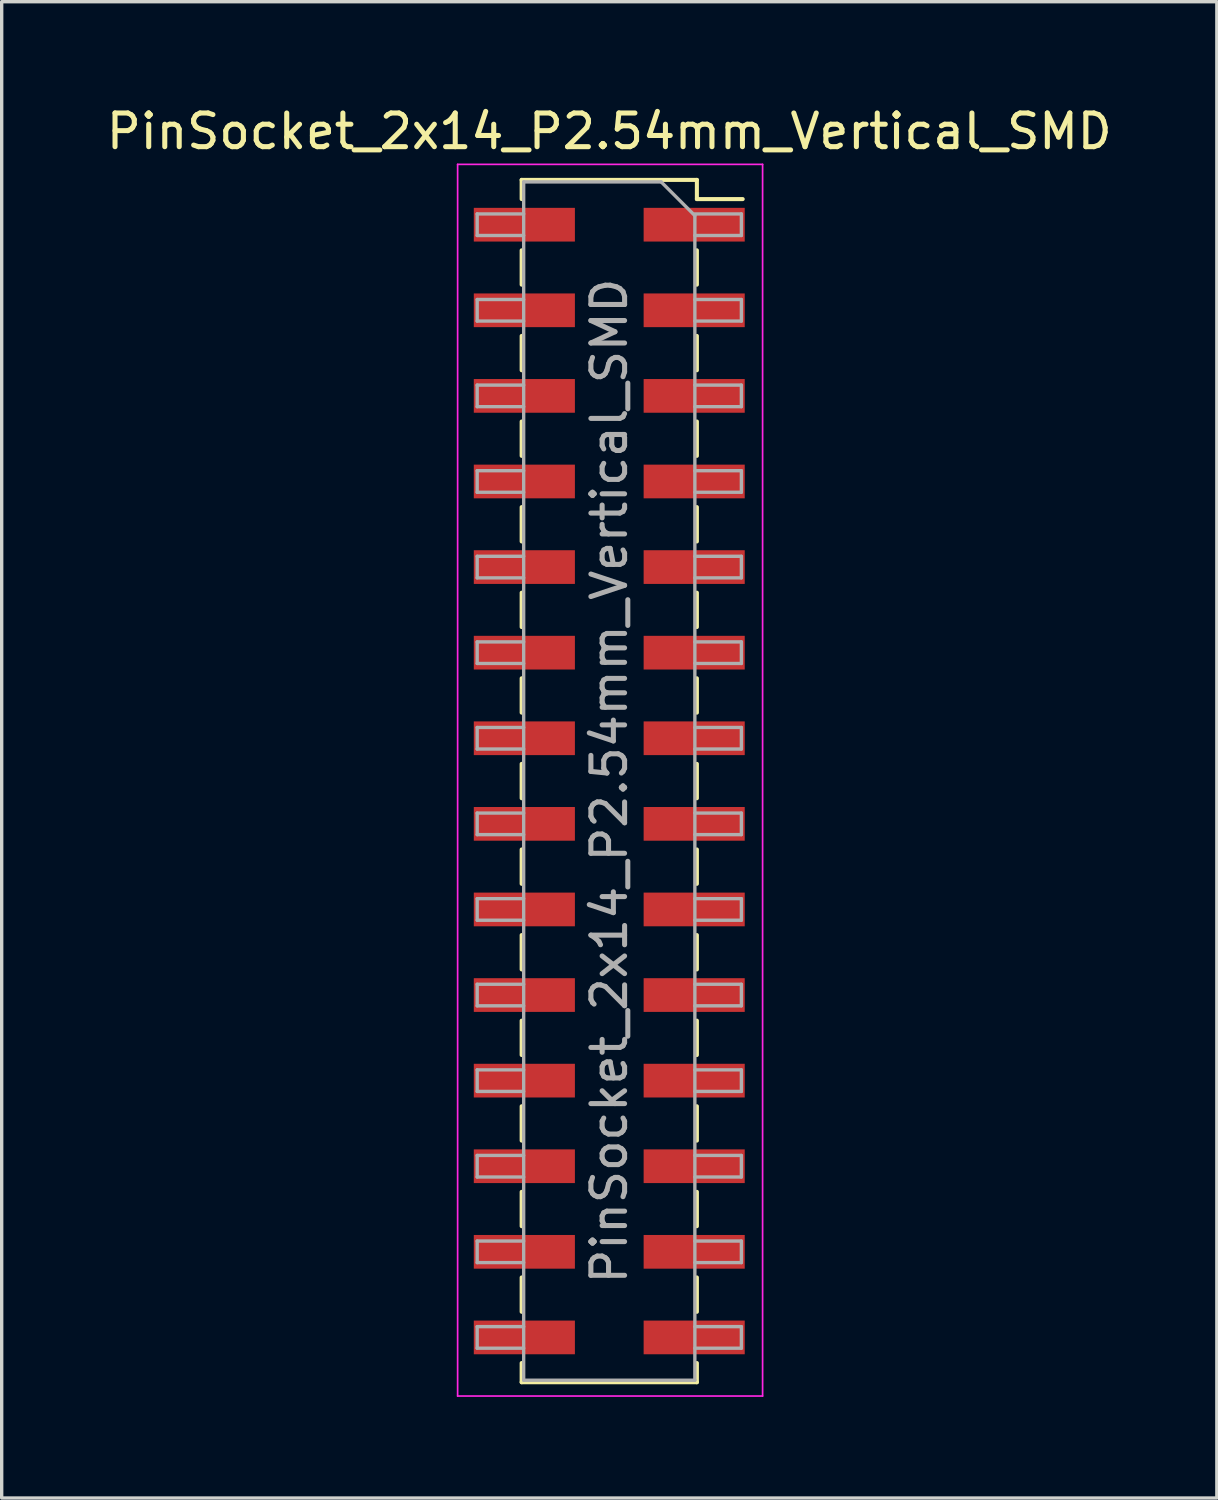
<source format=kicad_pcb>
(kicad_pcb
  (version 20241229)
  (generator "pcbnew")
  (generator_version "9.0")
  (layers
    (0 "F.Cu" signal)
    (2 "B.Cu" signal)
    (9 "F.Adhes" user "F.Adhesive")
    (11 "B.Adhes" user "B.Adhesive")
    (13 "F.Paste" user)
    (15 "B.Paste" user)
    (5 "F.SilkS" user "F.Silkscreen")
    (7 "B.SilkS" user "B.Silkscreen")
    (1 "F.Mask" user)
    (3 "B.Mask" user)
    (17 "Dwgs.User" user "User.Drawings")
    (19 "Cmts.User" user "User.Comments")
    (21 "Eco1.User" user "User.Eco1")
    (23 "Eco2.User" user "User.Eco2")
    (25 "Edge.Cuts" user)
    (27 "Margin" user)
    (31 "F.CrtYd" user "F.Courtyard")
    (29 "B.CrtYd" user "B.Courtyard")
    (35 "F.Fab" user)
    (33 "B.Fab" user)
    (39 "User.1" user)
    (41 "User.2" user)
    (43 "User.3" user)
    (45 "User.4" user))
  (footprint "PinSocket_2x14_P2.54mm_Vertical_SMD"
    (layer "F.Cu")
    (at 15.03 20.128)
    (property "Reference" "PinSocket_2x14_P2.54mm_Vertical_SMD" (at 0 -19.28 0) (layer "F.SilkS") (effects (font (size 1 1) (thickness 0.15))))
    (attr smd)
    (fp_line (start -2.6 -17.84) (end -2.6 -17.27) (stroke (width 0.12) (type solid)) (layer "F.SilkS"))
    (fp_line (start -2.6 -17.84) (end 2.6 -17.84) (stroke (width 0.12) (type solid)) (layer "F.SilkS"))
    (fp_line (start -2.6 -15.75) (end -2.6 -14.73) (stroke (width 0.12) (type solid)) (layer "F.SilkS"))
    (fp_line (start -2.6 -13.21) (end -2.6 -12.19) (stroke (width 0.12) (type solid)) (layer "F.SilkS"))
    (fp_line (start -2.6 -10.67) (end -2.6 -9.65) (stroke (width 0.12) (type solid)) (layer "F.SilkS"))
    (fp_line (start -2.6 -8.13) (end -2.6 -7.11) (stroke (width 0.12) (type solid)) (layer "F.SilkS"))
    (fp_line (start -2.6 -5.59) (end -2.6 -4.57) (stroke (width 0.12) (type solid)) (layer "F.SilkS"))
    (fp_line (start -2.6 -3.05) (end -2.6 -2.03) (stroke (width 0.12) (type solid)) (layer "F.SilkS"))
    (fp_line (start -2.6 -0.51) (end -2.6 0.51) (stroke (width 0.12) (type solid)) (layer "F.SilkS"))
    (fp_line (start -2.6 2.03) (end -2.6 3.05) (stroke (width 0.12) (type solid)) (layer "F.SilkS"))
    (fp_line (start -2.6 4.57) (end -2.6 5.59) (stroke (width 0.12) (type solid)) (layer "F.SilkS"))
    (fp_line (start -2.6 7.11) (end -2.6 8.13) (stroke (width 0.12) (type solid)) (layer "F.SilkS"))
    (fp_line (start -2.6 9.65) (end -2.6 10.67) (stroke (width 0.12) (type solid)) (layer "F.SilkS"))
    (fp_line (start -2.6 12.19) (end -2.6 13.21) (stroke (width 0.12) (type solid)) (layer "F.SilkS"))
    (fp_line (start -2.6 14.73) (end -2.6 15.75) (stroke (width 0.12) (type solid)) (layer "F.SilkS"))
    (fp_line (start -2.6 17.27) (end -2.6 17.84) (stroke (width 0.12) (type solid)) (layer "F.SilkS"))
    (fp_line (start -2.6 17.84) (end 2.6 17.84) (stroke (width 0.12) (type solid)) (layer "F.SilkS"))
    (fp_line (start 2.6 -17.84) (end 2.6 -17.27) (stroke (width 0.12) (type solid)) (layer "F.SilkS"))
    (fp_line (start 2.6 -17.27) (end 3.96 -17.27) (stroke (width 0.12) (type solid)) (layer "F.SilkS"))
    (fp_line (start 2.6 -15.75) (end 2.6 -14.73) (stroke (width 0.12) (type solid)) (layer "F.SilkS"))
    (fp_line (start 2.6 -13.21) (end 2.6 -12.19) (stroke (width 0.12) (type solid)) (layer "F.SilkS"))
    (fp_line (start 2.6 -10.67) (end 2.6 -9.65) (stroke (width 0.12) (type solid)) (layer "F.SilkS"))
    (fp_line (start 2.6 -8.13) (end 2.6 -7.11) (stroke (width 0.12) (type solid)) (layer "F.SilkS"))
    (fp_line (start 2.6 -5.59) (end 2.6 -4.57) (stroke (width 0.12) (type solid)) (layer "F.SilkS"))
    (fp_line (start 2.6 -3.05) (end 2.6 -2.03) (stroke (width 0.12) (type solid)) (layer "F.SilkS"))
    (fp_line (start 2.6 -0.51) (end 2.6 0.51) (stroke (width 0.12) (type solid)) (layer "F.SilkS"))
    (fp_line (start 2.6 2.03) (end 2.6 3.05) (stroke (width 0.12) (type solid)) (layer "F.SilkS"))
    (fp_line (start 2.6 4.57) (end 2.6 5.59) (stroke (width 0.12) (type solid)) (layer "F.SilkS"))
    (fp_line (start 2.6 7.11) (end 2.6 8.13) (stroke (width 0.12) (type solid)) (layer "F.SilkS"))
    (fp_line (start 2.6 9.65) (end 2.6 10.67) (stroke (width 0.12) (type solid)) (layer "F.SilkS"))
    (fp_line (start 2.6 12.19) (end 2.6 13.21) (stroke (width 0.12) (type solid)) (layer "F.SilkS"))
    (fp_line (start 2.6 14.73) (end 2.6 15.75) (stroke (width 0.12) (type solid)) (layer "F.SilkS"))
    (fp_line (start 2.6 17.27) (end 2.6 17.84) (stroke (width 0.12) (type solid)) (layer "F.SilkS"))
    (fp_line (start -4.5 -18.3) (end 4.55 -18.3) (stroke (width 0.05) (type solid)) (layer "F.CrtYd"))
    (fp_line (start -4.5 18.25) (end -4.5 -18.3) (stroke (width 0.05) (type solid)) (layer "F.CrtYd"))
    (fp_line (start 4.55 -18.3) (end 4.55 18.25) (stroke (width 0.05) (type solid)) (layer "F.CrtYd"))
    (fp_line (start 4.55 18.25) (end -4.5 18.25) (stroke (width 0.05) (type solid)) (layer "F.CrtYd"))
    (fp_line (start -3.92 -16.83) (end -2.54 -16.83) (stroke (width 0.1) (type solid)) (layer "F.Fab"))
    (fp_line (start -3.92 -16.19) (end -3.92 -16.83) (stroke (width 0.1) (type solid)) (layer "F.Fab"))
    (fp_line (start -3.92 -14.29) (end -2.54 -14.29) (stroke (width 0.1) (type solid)) (layer "F.Fab"))
    (fp_line (start -3.92 -13.65) (end -3.92 -14.29) (stroke (width 0.1) (type solid)) (layer "F.Fab"))
    (fp_line (start -3.92 -11.75) (end -2.54 -11.75) (stroke (width 0.1) (type solid)) (layer "F.Fab"))
    (fp_line (start -3.92 -11.11) (end -3.92 -11.75) (stroke (width 0.1) (type solid)) (layer "F.Fab"))
    (fp_line (start -3.92 -9.21) (end -2.54 -9.21) (stroke (width 0.1) (type solid)) (layer "F.Fab"))
    (fp_line (start -3.92 -8.57) (end -3.92 -9.21) (stroke (width 0.1) (type solid)) (layer "F.Fab"))
    (fp_line (start -3.92 -6.67) (end -2.54 -6.67) (stroke (width 0.1) (type solid)) (layer "F.Fab"))
    (fp_line (start -3.92 -6.03) (end -3.92 -6.67) (stroke (width 0.1) (type solid)) (layer "F.Fab"))
    (fp_line (start -3.92 -4.13) (end -2.54 -4.13) (stroke (width 0.1) (type solid)) (layer "F.Fab"))
    (fp_line (start -3.92 -3.49) (end -3.92 -4.13) (stroke (width 0.1) (type solid)) (layer "F.Fab"))
    (fp_line (start -3.92 -1.59) (end -2.54 -1.59) (stroke (width 0.1) (type solid)) (layer "F.Fab"))
    (fp_line (start -3.92 -0.95) (end -3.92 -1.59) (stroke (width 0.1) (type solid)) (layer "F.Fab"))
    (fp_line (start -3.92 0.95) (end -2.54 0.95) (stroke (width 0.1) (type solid)) (layer "F.Fab"))
    (fp_line (start -3.92 1.59) (end -3.92 0.95) (stroke (width 0.1) (type solid)) (layer "F.Fab"))
    (fp_line (start -3.92 3.49) (end -2.54 3.49) (stroke (width 0.1) (type solid)) (layer "F.Fab"))
    (fp_line (start -3.92 4.13) (end -3.92 3.49) (stroke (width 0.1) (type solid)) (layer "F.Fab"))
    (fp_line (start -3.92 6.03) (end -2.54 6.03) (stroke (width 0.1) (type solid)) (layer "F.Fab"))
    (fp_line (start -3.92 6.67) (end -3.92 6.03) (stroke (width 0.1) (type solid)) (layer "F.Fab"))
    (fp_line (start -3.92 8.57) (end -2.54 8.57) (stroke (width 0.1) (type solid)) (layer "F.Fab"))
    (fp_line (start -3.92 9.21) (end -3.92 8.57) (stroke (width 0.1) (type solid)) (layer "F.Fab"))
    (fp_line (start -3.92 11.11) (end -2.54 11.11) (stroke (width 0.1) (type solid)) (layer "F.Fab"))
    (fp_line (start -3.92 11.75) (end -3.92 11.11) (stroke (width 0.1) (type solid)) (layer "F.Fab"))
    (fp_line (start -3.92 13.65) (end -2.54 13.65) (stroke (width 0.1) (type solid)) (layer "F.Fab"))
    (fp_line (start -3.92 14.29) (end -3.92 13.65) (stroke (width 0.1) (type solid)) (layer "F.Fab"))
    (fp_line (start -3.92 16.19) (end -2.54 16.19) (stroke (width 0.1) (type solid)) (layer "F.Fab"))
    (fp_line (start -3.92 16.83) (end -3.92 16.19) (stroke (width 0.1) (type solid)) (layer "F.Fab"))
    (fp_line (start -2.54 -17.78) (end 1.54 -17.78) (stroke (width 0.1) (type solid)) (layer "F.Fab"))
    (fp_line (start -2.54 -16.19) (end -3.92 -16.19) (stroke (width 0.1) (type solid)) (layer "F.Fab"))
    (fp_line (start -2.54 -13.65) (end -3.92 -13.65) (stroke (width 0.1) (type solid)) (layer "F.Fab"))
    (fp_line (start -2.54 -11.11) (end -3.92 -11.11) (stroke (width 0.1) (type solid)) (layer "F.Fab"))
    (fp_line (start -2.54 -8.57) (end -3.92 -8.57) (stroke (width 0.1) (type solid)) (layer "F.Fab"))
    (fp_line (start -2.54 -6.03) (end -3.92 -6.03) (stroke (width 0.1) (type solid)) (layer "F.Fab"))
    (fp_line (start -2.54 -3.49) (end -3.92 -3.49) (stroke (width 0.1) (type solid)) (layer "F.Fab"))
    (fp_line (start -2.54 -0.95) (end -3.92 -0.95) (stroke (width 0.1) (type solid)) (layer "F.Fab"))
    (fp_line (start -2.54 1.59) (end -3.92 1.59) (stroke (width 0.1) (type solid)) (layer "F.Fab"))
    (fp_line (start -2.54 4.13) (end -3.92 4.13) (stroke (width 0.1) (type solid)) (layer "F.Fab"))
    (fp_line (start -2.54 6.67) (end -3.92 6.67) (stroke (width 0.1) (type solid)) (layer "F.Fab"))
    (fp_line (start -2.54 9.21) (end -3.92 9.21) (stroke (width 0.1) (type solid)) (layer "F.Fab"))
    (fp_line (start -2.54 11.75) (end -3.92 11.75) (stroke (width 0.1) (type solid)) (layer "F.Fab"))
    (fp_line (start -2.54 14.29) (end -3.92 14.29) (stroke (width 0.1) (type solid)) (layer "F.Fab"))
    (fp_line (start -2.54 16.83) (end -3.92 16.83) (stroke (width 0.1) (type solid)) (layer "F.Fab"))
    (fp_line (start -2.54 17.78) (end -2.54 -17.78) (stroke (width 0.1) (type solid)) (layer "F.Fab"))
    (fp_line (start 1.54 -17.78) (end 2.54 -16.78) (stroke (width 0.1) (type solid)) (layer "F.Fab"))
    (fp_line (start 2.54 -16.83) (end 3.92 -16.83) (stroke (width 0.1) (type solid)) (layer "F.Fab"))
    (fp_line (start 2.54 -16.78) (end 2.54 17.78) (stroke (width 0.1) (type solid)) (layer "F.Fab"))
    (fp_line (start 2.54 -14.29) (end 3.92 -14.29) (stroke (width 0.1) (type solid)) (layer "F.Fab"))
    (fp_line (start 2.54 -11.75) (end 3.92 -11.75) (stroke (width 0.1) (type solid)) (layer "F.Fab"))
    (fp_line (start 2.54 -9.21) (end 3.92 -9.21) (stroke (width 0.1) (type solid)) (layer "F.Fab"))
    (fp_line (start 2.54 -6.67) (end 3.92 -6.67) (stroke (width 0.1) (type solid)) (layer "F.Fab"))
    (fp_line (start 2.54 -4.13) (end 3.92 -4.13) (stroke (width 0.1) (type solid)) (layer "F.Fab"))
    (fp_line (start 2.54 -1.59) (end 3.92 -1.59) (stroke (width 0.1) (type solid)) (layer "F.Fab"))
    (fp_line (start 2.54 0.95) (end 3.92 0.95) (stroke (width 0.1) (type solid)) (layer "F.Fab"))
    (fp_line (start 2.54 3.49) (end 3.92 3.49) (stroke (width 0.1) (type solid)) (layer "F.Fab"))
    (fp_line (start 2.54 6.03) (end 3.92 6.03) (stroke (width 0.1) (type solid)) (layer "F.Fab"))
    (fp_line (start 2.54 8.57) (end 3.92 8.57) (stroke (width 0.1) (type solid)) (layer "F.Fab"))
    (fp_line (start 2.54 11.11) (end 3.92 11.11) (stroke (width 0.1) (type solid)) (layer "F.Fab"))
    (fp_line (start 2.54 13.65) (end 3.92 13.65) (stroke (width 0.1) (type solid)) (layer "F.Fab"))
    (fp_line (start 2.54 16.19) (end 3.92 16.19) (stroke (width 0.1) (type solid)) (layer "F.Fab"))
    (fp_line (start 2.54 17.78) (end -2.54 17.78) (stroke (width 0.1) (type solid)) (layer "F.Fab"))
    (fp_line (start 3.92 -16.83) (end 3.92 -16.19) (stroke (width 0.1) (type solid)) (layer "F.Fab"))
    (fp_line (start 3.92 -16.19) (end 2.54 -16.19) (stroke (width 0.1) (type solid)) (layer "F.Fab"))
    (fp_line (start 3.92 -14.29) (end 3.92 -13.65) (stroke (width 0.1) (type solid)) (layer "F.Fab"))
    (fp_line (start 3.92 -13.65) (end 2.54 -13.65) (stroke (width 0.1) (type solid)) (layer "F.Fab"))
    (fp_line (start 3.92 -11.75) (end 3.92 -11.11) (stroke (width 0.1) (type solid)) (layer "F.Fab"))
    (fp_line (start 3.92 -11.11) (end 2.54 -11.11) (stroke (width 0.1) (type solid)) (layer "F.Fab"))
    (fp_line (start 3.92 -9.21) (end 3.92 -8.57) (stroke (width 0.1) (type solid)) (layer "F.Fab"))
    (fp_line (start 3.92 -8.57) (end 2.54 -8.57) (stroke (width 0.1) (type solid)) (layer "F.Fab"))
    (fp_line (start 3.92 -6.67) (end 3.92 -6.03) (stroke (width 0.1) (type solid)) (layer "F.Fab"))
    (fp_line (start 3.92 -6.03) (end 2.54 -6.03) (stroke (width 0.1) (type solid)) (layer "F.Fab"))
    (fp_line (start 3.92 -4.13) (end 3.92 -3.49) (stroke (width 0.1) (type solid)) (layer "F.Fab"))
    (fp_line (start 3.92 -3.49) (end 2.54 -3.49) (stroke (width 0.1) (type solid)) (layer "F.Fab"))
    (fp_line (start 3.92 -1.59) (end 3.92 -0.95) (stroke (width 0.1) (type solid)) (layer "F.Fab"))
    (fp_line (start 3.92 -0.95) (end 2.54 -0.95) (stroke (width 0.1) (type solid)) (layer "F.Fab"))
    (fp_line (start 3.92 0.95) (end 3.92 1.59) (stroke (width 0.1) (type solid)) (layer "F.Fab"))
    (fp_line (start 3.92 1.59) (end 2.54 1.59) (stroke (width 0.1) (type solid)) (layer "F.Fab"))
    (fp_line (start 3.92 3.49) (end 3.92 4.13) (stroke (width 0.1) (type solid)) (layer "F.Fab"))
    (fp_line (start 3.92 4.13) (end 2.54 4.13) (stroke (width 0.1) (type solid)) (layer "F.Fab"))
    (fp_line (start 3.92 6.03) (end 3.92 6.67) (stroke (width 0.1) (type solid)) (layer "F.Fab"))
    (fp_line (start 3.92 6.67) (end 2.54 6.67) (stroke (width 0.1) (type solid)) (layer "F.Fab"))
    (fp_line (start 3.92 8.57) (end 3.92 9.21) (stroke (width 0.1) (type solid)) (layer "F.Fab"))
    (fp_line (start 3.92 9.21) (end 2.54 9.21) (stroke (width 0.1) (type solid)) (layer "F.Fab"))
    (fp_line (start 3.92 11.11) (end 3.92 11.75) (stroke (width 0.1) (type solid)) (layer "F.Fab"))
    (fp_line (start 3.92 11.75) (end 2.54 11.75) (stroke (width 0.1) (type solid)) (layer "F.Fab"))
    (fp_line (start 3.92 13.65) (end 3.92 14.29) (stroke (width 0.1) (type solid)) (layer "F.Fab"))
    (fp_line (start 3.92 14.29) (end 2.54 14.29) (stroke (width 0.1) (type solid)) (layer "F.Fab"))
    (fp_line (start 3.92 16.19) (end 3.92 16.83) (stroke (width 0.1) (type solid)) (layer "F.Fab"))
    (fp_line (start 3.92 16.83) (end 2.54 16.83) (stroke (width 0.1) (type solid)) (layer "F.Fab"))
    (fp_text user "${REFERENCE}" (at 0 0 90) (layer "F.Fab") (effects (font (size 1 1) (thickness 0.15))))
    (pad "1" smd rect (at 2.52 -16.51) (size 3 1) (layers "F.Cu" "F.Mask" "F.Paste"))
    (pad "2" smd rect (at -2.52 -16.51) (size 3 1) (layers "F.Cu" "F.Mask" "F.Paste"))
    (pad "3" smd rect (at 2.52 -13.97) (size 3 1) (layers "F.Cu" "F.Mask" "F.Paste"))
    (pad "4" smd rect (at -2.52 -13.97) (size 3 1) (layers "F.Cu" "F.Mask" "F.Paste"))
    (pad "5" smd rect (at 2.52 -11.43) (size 3 1) (layers "F.Cu" "F.Mask" "F.Paste"))
    (pad "6" smd rect (at -2.52 -11.43) (size 3 1) (layers "F.Cu" "F.Mask" "F.Paste"))
    (pad "7" smd rect (at 2.52 -8.89) (size 3 1) (layers "F.Cu" "F.Mask" "F.Paste"))
    (pad "8" smd rect (at -2.52 -8.89) (size 3 1) (layers "F.Cu" "F.Mask" "F.Paste"))
    (pad "9" smd rect (at 2.52 -6.35) (size 3 1) (layers "F.Cu" "F.Mask" "F.Paste"))
    (pad "10" smd rect (at -2.52 -6.35) (size 3 1) (layers "F.Cu" "F.Mask" "F.Paste"))
    (pad "11" smd rect (at 2.52 -3.81) (size 3 1) (layers "F.Cu" "F.Mask" "F.Paste"))
    (pad "12" smd rect (at -2.52 -3.81) (size 3 1) (layers "F.Cu" "F.Mask" "F.Paste"))
    (pad "13" smd rect (at 2.52 -1.27) (size 3 1) (layers "F.Cu" "F.Mask" "F.Paste"))
    (pad "14" smd rect (at -2.52 -1.27) (size 3 1) (layers "F.Cu" "F.Mask" "F.Paste"))
    (pad "15" smd rect (at 2.52 1.27) (size 3 1) (layers "F.Cu" "F.Mask" "F.Paste"))
    (pad "16" smd rect (at -2.52 1.27) (size 3 1) (layers "F.Cu" "F.Mask" "F.Paste"))
    (pad "17" smd rect (at 2.52 3.81) (size 3 1) (layers "F.Cu" "F.Mask" "F.Paste"))
    (pad "18" smd rect (at -2.52 3.81) (size 3 1) (layers "F.Cu" "F.Mask" "F.Paste"))
    (pad "19" smd rect (at 2.52 6.35) (size 3 1) (layers "F.Cu" "F.Mask" "F.Paste"))
    (pad "20" smd rect (at -2.52 6.35) (size 3 1) (layers "F.Cu" "F.Mask" "F.Paste"))
    (pad "21" smd rect (at 2.52 8.89) (size 3 1) (layers "F.Cu" "F.Mask" "F.Paste"))
    (pad "22" smd rect (at -2.52 8.89) (size 3 1) (layers "F.Cu" "F.Mask" "F.Paste"))
    (pad "23" smd rect (at 2.52 11.43) (size 3 1) (layers "F.Cu" "F.Mask" "F.Paste"))
    (pad "24" smd rect (at -2.52 11.43) (size 3 1) (layers "F.Cu" "F.Mask" "F.Paste"))
    (pad "25" smd rect (at 2.52 13.97) (size 3 1) (layers "F.Cu" "F.Mask" "F.Paste"))
    (pad "26" smd rect (at -2.52 13.97) (size 3 1) (layers "F.Cu" "F.Mask" "F.Paste"))
    (pad "27" smd rect (at 2.52 16.51) (size 3 1) (layers "F.Cu" "F.Mask" "F.Paste"))
    (pad "28" smd rect (at -2.52 16.51) (size 3 1) (layers "F.Cu" "F.Mask" "F.Paste")))
  (gr_rect
    (start -3 -3)
    (end 33.06 41.403)
    (stroke (width 0.1) (type default))
    (fill no)
    (layer "Edge.Cuts")))
</source>
